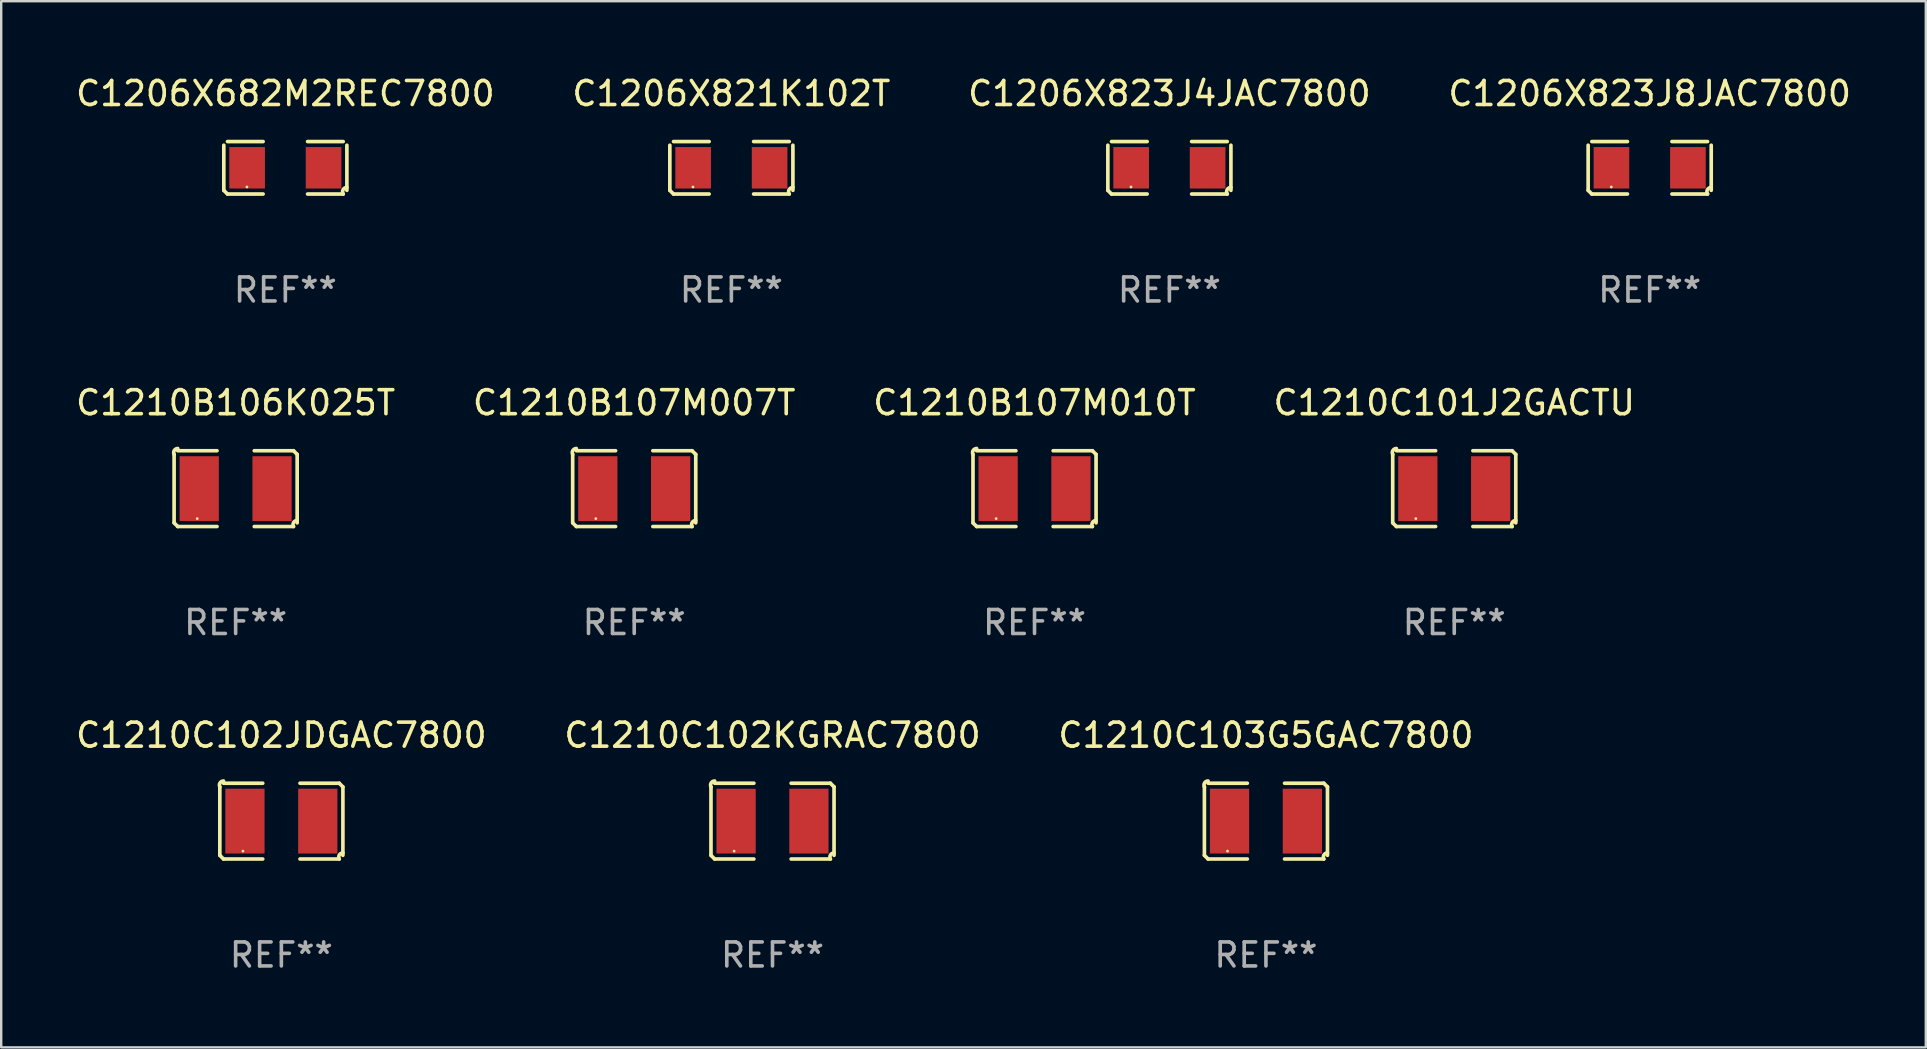
<source format=kicad_pcb>
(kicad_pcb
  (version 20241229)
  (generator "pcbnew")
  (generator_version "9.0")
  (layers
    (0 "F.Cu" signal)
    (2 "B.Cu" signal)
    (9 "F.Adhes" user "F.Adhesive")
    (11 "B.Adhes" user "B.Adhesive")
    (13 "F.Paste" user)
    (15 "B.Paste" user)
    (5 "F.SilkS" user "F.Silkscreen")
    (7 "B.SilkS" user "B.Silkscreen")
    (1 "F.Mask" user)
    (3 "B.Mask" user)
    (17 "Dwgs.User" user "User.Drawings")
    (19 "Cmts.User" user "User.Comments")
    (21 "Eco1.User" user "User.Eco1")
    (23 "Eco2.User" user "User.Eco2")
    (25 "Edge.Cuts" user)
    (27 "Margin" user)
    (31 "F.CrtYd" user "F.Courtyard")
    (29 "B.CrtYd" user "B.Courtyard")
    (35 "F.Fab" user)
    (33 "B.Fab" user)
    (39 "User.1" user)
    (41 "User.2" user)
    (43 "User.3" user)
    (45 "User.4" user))
  (footprint "C1210C102JDGAC7800"
    (layer "F.Cu")
    (at 8.673 31.162)
    (property "Reference" "C1210C102JDGAC7800" (at 0 -3.579 0) (layer "F.SilkS") (effects (font (size 1 1) (thickness 0.15))))
    (attr through_hole)
    (fp_line (start -2.564 1.426) (end -2.564 -1.426) (stroke (width 0.152) (type solid)) (layer "F.SilkS"))
    (fp_line (start -2.411 -1.579) (end -0.776 -1.579) (stroke (width 0.152) (type solid)) (layer "F.SilkS"))
    (fp_line (start -0.776 1.579) (end -2.411 1.579) (stroke (width 0.152) (type solid)) (layer "F.SilkS"))
    (fp_line (start 0.776 1.579) (end 2.411 1.579) (stroke (width 0.152) (type solid)) (layer "F.SilkS"))
    (fp_line (start 2.411 -1.579) (end 0.776 -1.579) (stroke (width 0.152) (type solid)) (layer "F.SilkS"))
    (fp_line (start 2.564 1.426) (end 2.564 -1.426) (stroke (width 0.152) (type solid)) (layer "F.SilkS"))
    (fp_arc (start -2.563602 -1.426213) (mid -2.555597 -1.591233) (end -2.411201 -1.671518) (stroke (width 0.1524) (type solid)) (layer "F.SilkS"))
    (fp_arc (start -2.5636 1.426214) (mid -2.487389 1.502402) (end -2.411201 1.578613) (stroke (width 0.1524) (type solid)) (layer "F.SilkS"))
    (fp_arc (start 2.411197 -1.578618) (mid 2.487403 -1.502419) (end 2.563602 -1.426213) (stroke (width 0.1524) (type solid)) (layer "F.SilkS"))
    (fp_arc (start 2.411201 1.578613) (mid 2.416214 1.409455) (end 2.563602 1.32629) (stroke (width 0.1524) (type solid)) (layer "F.SilkS"))
    (fp_circle (center -1.6 1.25) (end -1.57 1.25) (stroke (width 0.06) (type solid)) (fill no) (layer "F.SilkS"))
    (fp_text user "REF**" (at 0 5.579 0) (layer "F.Fab") (effects (font (size 1 1) (thickness 0.15))))
    (pad "1" smd rect (at -1.517 0) (size 1.635 2.7) (layers "F.Cu" "F.Mask" "F.Paste"))
    (pad "2" smd rect (at 1.517 0) (size 1.635 2.7) (layers "F.Cu" "F.Mask" "F.Paste")))
  (footprint "C1210B107M010T"
    (layer "F.Cu")
    (at 40.054 17.309)
    (property "Reference" "C1210B107M010T" (at 0 -3.579 0) (layer "F.SilkS") (effects (font (size 1 1) (thickness 0.15))))
    (attr through_hole)
    (fp_line (start -2.564 1.426) (end -2.564 -1.426) (stroke (width 0.152) (type solid)) (layer "F.SilkS"))
    (fp_line (start -2.411 -1.579) (end -0.776 -1.579) (stroke (width 0.152) (type solid)) (layer "F.SilkS"))
    (fp_line (start -0.776 1.579) (end -2.411 1.579) (stroke (width 0.152) (type solid)) (layer "F.SilkS"))
    (fp_line (start 0.776 1.579) (end 2.411 1.579) (stroke (width 0.152) (type solid)) (layer "F.SilkS"))
    (fp_line (start 2.411 -1.579) (end 0.776 -1.579) (stroke (width 0.152) (type solid)) (layer "F.SilkS"))
    (fp_line (start 2.564 1.426) (end 2.564 -1.426) (stroke (width 0.152) (type solid)) (layer "F.SilkS"))
    (fp_arc (start -2.563602 -1.426213) (mid -2.555597 -1.591233) (end -2.411201 -1.671518) (stroke (width 0.1524) (type solid)) (layer "F.SilkS"))
    (fp_arc (start -2.5636 1.426214) (mid -2.487389 1.502402) (end -2.411201 1.578613) (stroke (width 0.1524) (type solid)) (layer "F.SilkS"))
    (fp_arc (start 2.411197 -1.578618) (mid 2.487403 -1.502419) (end 2.563602 -1.426213) (stroke (width 0.1524) (type solid)) (layer "F.SilkS"))
    (fp_arc (start 2.411201 1.578613) (mid 2.416214 1.409455) (end 2.563602 1.32629) (stroke (width 0.1524) (type solid)) (layer "F.SilkS"))
    (fp_circle (center -1.6 1.25) (end -1.57 1.25) (stroke (width 0.06) (type solid)) (fill no) (layer "F.SilkS"))
    (fp_text user "REF**" (at 0 5.579 0) (layer "F.Fab") (effects (font (size 1 1) (thickness 0.15))))
    (pad "1" smd rect (at -1.517 0) (size 1.635 2.7) (layers "F.Cu" "F.Mask" "F.Paste"))
    (pad "2" smd rect (at 1.517 0) (size 1.635 2.7) (layers "F.Cu" "F.Mask" "F.Paste")))
  (footprint "C1206X823J4JAC7800"
    (layer "F.Cu")
    (at 45.673 3.941)
    (property "Reference" "C1206X823J4JAC7800" (at 0 -3.093 0) (layer "F.SilkS") (effects (font (size 1 1) (thickness 0.15))))
    (attr through_hole)
    (fp_line (start -2.564 0.94) (end -2.564 -0.94) (stroke (width 0.152) (type solid)) (layer "F.SilkS"))
    (fp_line (start -2.411 -1.093) (end -0.926 -1.093) (stroke (width 0.152) (type solid)) (layer "F.SilkS"))
    (fp_line (start -0.926 1.093) (end -2.411 1.093) (stroke (width 0.152) (type solid)) (layer "F.SilkS"))
    (fp_line (start 0.926 1.093) (end 2.411 1.093) (stroke (width 0.152) (type solid)) (layer "F.SilkS"))
    (fp_line (start 2.411 -1.093) (end 0.926 -1.093) (stroke (width 0.152) (type solid)) (layer "F.SilkS"))
    (fp_line (start 2.564 0.94) (end 2.564 -0.94) (stroke (width 0.152) (type solid)) (layer "F.SilkS"))
    (fp_arc (start -2.411201 1.092609) (mid -2.487413 1.01642) (end -2.563602 0.940208) (stroke (width 0.1524) (type solid)) (layer "F.SilkS"))
    (fp_arc (start 2.411201 1.092609) (mid 2.407159 0.911226) (end 2.563602 0.819347) (stroke (width 0.1524) (type solid)) (layer "F.SilkS"))
    (fp_circle (center -1.6 0.8) (end -1.57 0.8) (stroke (width 0.06) (type solid)) (fill no) (layer "F.SilkS"))
    (fp_text user "REF**" (at 0 5.093 0) (layer "F.Fab") (effects (font (size 1 1) (thickness 0.15))))
    (pad "1" smd rect (at -1.593 0) (size 1.485 1.728) (layers "F.Cu" "F.Mask" "F.Paste"))
    (pad "2" smd rect (at 1.593 0) (size 1.485 1.728) (layers "F.Cu" "F.Mask" "F.Paste")))
  (footprint "C1210B106K025T"
    (layer "F.Cu")
    (at 6.768 17.309)
    (property "Reference" "C1210B106K025T" (at 0 -3.579 0) (layer "F.SilkS") (effects (font (size 1 1) (thickness 0.15))))
    (attr through_hole)
    (fp_line (start -2.564 1.426) (end -2.564 -1.426) (stroke (width 0.152) (type solid)) (layer "F.SilkS"))
    (fp_line (start -2.411 -1.579) (end -0.776 -1.579) (stroke (width 0.152) (type solid)) (layer "F.SilkS"))
    (fp_line (start -0.776 1.579) (end -2.411 1.579) (stroke (width 0.152) (type solid)) (layer "F.SilkS"))
    (fp_line (start 0.776 1.579) (end 2.411 1.579) (stroke (width 0.152) (type solid)) (layer "F.SilkS"))
    (fp_line (start 2.411 -1.579) (end 0.776 -1.579) (stroke (width 0.152) (type solid)) (layer "F.SilkS"))
    (fp_line (start 2.564 1.426) (end 2.564 -1.426) (stroke (width 0.152) (type solid)) (layer "F.SilkS"))
    (fp_arc (start -2.563602 -1.426213) (mid -2.555597 -1.591233) (end -2.411201 -1.671518) (stroke (width 0.1524) (type solid)) (layer "F.SilkS"))
    (fp_arc (start -2.5636 1.426214) (mid -2.487389 1.502402) (end -2.411201 1.578613) (stroke (width 0.1524) (type solid)) (layer "F.SilkS"))
    (fp_arc (start 2.411197 -1.578618) (mid 2.487403 -1.502419) (end 2.563602 -1.426213) (stroke (width 0.1524) (type solid)) (layer "F.SilkS"))
    (fp_arc (start 2.411201 1.578613) (mid 2.416214 1.409455) (end 2.563602 1.32629) (stroke (width 0.1524) (type solid)) (layer "F.SilkS"))
    (fp_circle (center -1.6 1.25) (end -1.57 1.25) (stroke (width 0.06) (type solid)) (fill no) (layer "F.SilkS"))
    (fp_text user "REF**" (at 0 5.579 0) (layer "F.Fab") (effects (font (size 1 1) (thickness 0.15))))
    (pad "1" smd rect (at -1.517 0) (size 1.635 2.7) (layers "F.Cu" "F.Mask" "F.Paste"))
    (pad "2" smd rect (at 1.517 0) (size 1.635 2.7) (layers "F.Cu" "F.Mask" "F.Paste")))
  (footprint "C1210C103G5GAC7800"
    (layer "F.Cu")
    (at 49.696 31.162)
    (property "Reference" "C1210C103G5GAC7800" (at 0 -3.579 0) (layer "F.SilkS") (effects (font (size 1 1) (thickness 0.15))))
    (attr through_hole)
    (fp_line (start -2.564 1.426) (end -2.564 -1.426) (stroke (width 0.152) (type solid)) (layer "F.SilkS"))
    (fp_line (start -2.411 -1.579) (end -0.776 -1.579) (stroke (width 0.152) (type solid)) (layer "F.SilkS"))
    (fp_line (start -0.776 1.579) (end -2.411 1.579) (stroke (width 0.152) (type solid)) (layer "F.SilkS"))
    (fp_line (start 0.776 1.579) (end 2.411 1.579) (stroke (width 0.152) (type solid)) (layer "F.SilkS"))
    (fp_line (start 2.411 -1.579) (end 0.776 -1.579) (stroke (width 0.152) (type solid)) (layer "F.SilkS"))
    (fp_line (start 2.564 1.426) (end 2.564 -1.426) (stroke (width 0.152) (type solid)) (layer "F.SilkS"))
    (fp_arc (start -2.563602 -1.426213) (mid -2.555597 -1.591233) (end -2.411201 -1.671518) (stroke (width 0.1524) (type solid)) (layer "F.SilkS"))
    (fp_arc (start -2.5636 1.426214) (mid -2.487389 1.502402) (end -2.411201 1.578613) (stroke (width 0.1524) (type solid)) (layer "F.SilkS"))
    (fp_arc (start 2.411197 -1.578618) (mid 2.487403 -1.502419) (end 2.563602 -1.426213) (stroke (width 0.1524) (type solid)) (layer "F.SilkS"))
    (fp_arc (start 2.411201 1.578613) (mid 2.416214 1.409455) (end 2.563602 1.32629) (stroke (width 0.1524) (type solid)) (layer "F.SilkS"))
    (fp_circle (center -1.6 1.25) (end -1.57 1.25) (stroke (width 0.06) (type solid)) (fill no) (layer "F.SilkS"))
    (fp_text user "REF**" (at 0 5.579 0) (layer "F.Fab") (effects (font (size 1 1) (thickness 0.15))))
    (pad "1" smd rect (at -1.517 0) (size 1.635 2.7) (layers "F.Cu" "F.Mask" "F.Paste"))
    (pad "2" smd rect (at 1.517 0) (size 1.635 2.7) (layers "F.Cu" "F.Mask" "F.Paste")))
  (footprint "C1206X821K102T"
    (layer "F.Cu")
    (at 27.423 3.941)
    (property "Reference" "C1206X821K102T" (at 0 -3.093 0) (layer "F.SilkS") (effects (font (size 1 1) (thickness 0.15))))
    (attr through_hole)
    (fp_line (start -2.564 0.94) (end -2.564 -0.94) (stroke (width 0.152) (type solid)) (layer "F.SilkS"))
    (fp_line (start -2.411 -1.093) (end -0.926 -1.093) (stroke (width 0.152) (type solid)) (layer "F.SilkS"))
    (fp_line (start -0.926 1.093) (end -2.411 1.093) (stroke (width 0.152) (type solid)) (layer "F.SilkS"))
    (fp_line (start 0.926 1.093) (end 2.411 1.093) (stroke (width 0.152) (type solid)) (layer "F.SilkS"))
    (fp_line (start 2.411 -1.093) (end 0.926 -1.093) (stroke (width 0.152) (type solid)) (layer "F.SilkS"))
    (fp_line (start 2.564 0.94) (end 2.564 -0.94) (stroke (width 0.152) (type solid)) (layer "F.SilkS"))
    (fp_arc (start -2.411201 1.092609) (mid -2.487413 1.01642) (end -2.563602 0.940208) (stroke (width 0.1524) (type solid)) (layer "F.SilkS"))
    (fp_arc (start 2.411201 1.092609) (mid 2.407159 0.911226) (end 2.563602 0.819347) (stroke (width 0.1524) (type solid)) (layer "F.SilkS"))
    (fp_circle (center -1.6 0.8) (end -1.57 0.8) (stroke (width 0.06) (type solid)) (fill no) (layer "F.SilkS"))
    (fp_text user "REF**" (at 0 5.093 0) (layer "F.Fab") (effects (font (size 1 1) (thickness 0.15))))
    (pad "1" smd rect (at -1.593 0) (size 1.485 1.728) (layers "F.Cu" "F.Mask" "F.Paste"))
    (pad "2" smd rect (at 1.593 0) (size 1.485 1.728) (layers "F.Cu" "F.Mask" "F.Paste")))
  (footprint "C1210C102KGRAC7800"
    (layer "F.Cu")
    (at 29.137 31.162)
    (property "Reference" "C1210C102KGRAC7800" (at 0 -3.579 0) (layer "F.SilkS") (effects (font (size 1 1) (thickness 0.15))))
    (attr through_hole)
    (fp_line (start -2.564 1.426) (end -2.564 -1.426) (stroke (width 0.152) (type solid)) (layer "F.SilkS"))
    (fp_line (start -2.411 -1.579) (end -0.776 -1.579) (stroke (width 0.152) (type solid)) (layer "F.SilkS"))
    (fp_line (start -0.776 1.579) (end -2.411 1.579) (stroke (width 0.152) (type solid)) (layer "F.SilkS"))
    (fp_line (start 0.776 1.579) (end 2.411 1.579) (stroke (width 0.152) (type solid)) (layer "F.SilkS"))
    (fp_line (start 2.411 -1.579) (end 0.776 -1.579) (stroke (width 0.152) (type solid)) (layer "F.SilkS"))
    (fp_line (start 2.564 1.426) (end 2.564 -1.426) (stroke (width 0.152) (type solid)) (layer "F.SilkS"))
    (fp_arc (start -2.563602 -1.426213) (mid -2.555597 -1.591233) (end -2.411201 -1.671518) (stroke (width 0.1524) (type solid)) (layer "F.SilkS"))
    (fp_arc (start -2.5636 1.426214) (mid -2.487389 1.502402) (end -2.411201 1.578613) (stroke (width 0.1524) (type solid)) (layer "F.SilkS"))
    (fp_arc (start 2.411197 -1.578618) (mid 2.487403 -1.502419) (end 2.563602 -1.426213) (stroke (width 0.1524) (type solid)) (layer "F.SilkS"))
    (fp_arc (start 2.411201 1.578613) (mid 2.416214 1.409455) (end 2.563602 1.32629) (stroke (width 0.1524) (type solid)) (layer "F.SilkS"))
    (fp_circle (center -1.6 1.25) (end -1.57 1.25) (stroke (width 0.06) (type solid)) (fill no) (layer "F.SilkS"))
    (fp_text user "REF**" (at 0 5.579 0) (layer "F.Fab") (effects (font (size 1 1) (thickness 0.15))))
    (pad "1" smd rect (at -1.517 0) (size 1.635 2.7) (layers "F.Cu" "F.Mask" "F.Paste"))
    (pad "2" smd rect (at 1.517 0) (size 1.635 2.7) (layers "F.Cu" "F.Mask" "F.Paste")))
  (footprint "C1206X682M2REC7800"
    (layer "F.Cu")
    (at 8.839 3.941)
    (property "Reference" "C1206X682M2REC7800" (at 0 -3.093 0) (layer "F.SilkS") (effects (font (size 1 1) (thickness 0.15))))
    (attr through_hole)
    (fp_line (start -2.564 0.94) (end -2.564 -0.94) (stroke (width 0.152) (type solid)) (layer "F.SilkS"))
    (fp_line (start -2.411 -1.093) (end -0.926 -1.093) (stroke (width 0.152) (type solid)) (layer "F.SilkS"))
    (fp_line (start -0.926 1.093) (end -2.411 1.093) (stroke (width 0.152) (type solid)) (layer "F.SilkS"))
    (fp_line (start 0.926 1.093) (end 2.411 1.093) (stroke (width 0.152) (type solid)) (layer "F.SilkS"))
    (fp_line (start 2.411 -1.093) (end 0.926 -1.093) (stroke (width 0.152) (type solid)) (layer "F.SilkS"))
    (fp_line (start 2.564 0.94) (end 2.564 -0.94) (stroke (width 0.152) (type solid)) (layer "F.SilkS"))
    (fp_arc (start -2.411201 1.092609) (mid -2.487413 1.01642) (end -2.563602 0.940208) (stroke (width 0.1524) (type solid)) (layer "F.SilkS"))
    (fp_arc (start 2.411201 1.092609) (mid 2.407159 0.911226) (end 2.563602 0.819347) (stroke (width 0.1524) (type solid)) (layer "F.SilkS"))
    (fp_circle (center -1.6 0.8) (end -1.57 0.8) (stroke (width 0.06) (type solid)) (fill no) (layer "F.SilkS"))
    (fp_text user "REF**" (at 0 5.093 0) (layer "F.Fab") (effects (font (size 1 1) (thickness 0.15))))
    (pad "1" smd rect (at -1.593 0) (size 1.485 1.728) (layers "F.Cu" "F.Mask" "F.Paste"))
    (pad "2" smd rect (at 1.593 0) (size 1.485 1.728) (layers "F.Cu" "F.Mask" "F.Paste")))
  (footprint "C1210B107M007T"
    (layer "F.Cu")
    (at 23.375 17.309)
    (property "Reference" "C1210B107M007T" (at 0 -3.579 0) (layer "F.SilkS") (effects (font (size 1 1) (thickness 0.15))))
    (attr through_hole)
    (fp_line (start -2.564 1.426) (end -2.564 -1.426) (stroke (width 0.152) (type solid)) (layer "F.SilkS"))
    (fp_line (start -2.411 -1.579) (end -0.776 -1.579) (stroke (width 0.152) (type solid)) (layer "F.SilkS"))
    (fp_line (start -0.776 1.579) (end -2.411 1.579) (stroke (width 0.152) (type solid)) (layer "F.SilkS"))
    (fp_line (start 0.776 1.579) (end 2.411 1.579) (stroke (width 0.152) (type solid)) (layer "F.SilkS"))
    (fp_line (start 2.411 -1.579) (end 0.776 -1.579) (stroke (width 0.152) (type solid)) (layer "F.SilkS"))
    (fp_line (start 2.564 1.426) (end 2.564 -1.426) (stroke (width 0.152) (type solid)) (layer "F.SilkS"))
    (fp_arc (start -2.563602 -1.426213) (mid -2.555597 -1.591233) (end -2.411201 -1.671518) (stroke (width 0.1524) (type solid)) (layer "F.SilkS"))
    (fp_arc (start -2.5636 1.426214) (mid -2.487389 1.502402) (end -2.411201 1.578613) (stroke (width 0.1524) (type solid)) (layer "F.SilkS"))
    (fp_arc (start 2.411197 -1.578618) (mid 2.487403 -1.502419) (end 2.563602 -1.426213) (stroke (width 0.1524) (type solid)) (layer "F.SilkS"))
    (fp_arc (start 2.411201 1.578613) (mid 2.416214 1.409455) (end 2.563602 1.32629) (stroke (width 0.1524) (type solid)) (layer "F.SilkS"))
    (fp_circle (center -1.6 1.25) (end -1.57 1.25) (stroke (width 0.06) (type solid)) (fill no) (layer "F.SilkS"))
    (fp_text user "REF**" (at 0 5.579 0) (layer "F.Fab") (effects (font (size 1 1) (thickness 0.15))))
    (pad "1" smd rect (at -1.517 0) (size 1.635 2.7) (layers "F.Cu" "F.Mask" "F.Paste"))
    (pad "2" smd rect (at 1.517 0) (size 1.635 2.7) (layers "F.Cu" "F.Mask" "F.Paste")))
  (footprint "C1206X823J8JAC7800"
    (layer "F.Cu")
    (at 65.685 3.941)
    (property "Reference" "C1206X823J8JAC7800" (at 0 -3.093 0) (layer "F.SilkS") (effects (font (size 1 1) (thickness 0.15))))
    (attr through_hole)
    (fp_line (start -2.564 0.94) (end -2.564 -0.94) (stroke (width 0.152) (type solid)) (layer "F.SilkS"))
    (fp_line (start -2.411 -1.093) (end -0.926 -1.093) (stroke (width 0.152) (type solid)) (layer "F.SilkS"))
    (fp_line (start -0.926 1.093) (end -2.411 1.093) (stroke (width 0.152) (type solid)) (layer "F.SilkS"))
    (fp_line (start 0.926 1.093) (end 2.411 1.093) (stroke (width 0.152) (type solid)) (layer "F.SilkS"))
    (fp_line (start 2.411 -1.093) (end 0.926 -1.093) (stroke (width 0.152) (type solid)) (layer "F.SilkS"))
    (fp_line (start 2.564 0.94) (end 2.564 -0.94) (stroke (width 0.152) (type solid)) (layer "F.SilkS"))
    (fp_arc (start -2.411201 1.092609) (mid -2.487413 1.01642) (end -2.563602 0.940208) (stroke (width 0.1524) (type solid)) (layer "F.SilkS"))
    (fp_arc (start 2.411201 1.092609) (mid 2.407159 0.911226) (end 2.563602 0.819347) (stroke (width 0.1524) (type solid)) (layer "F.SilkS"))
    (fp_circle (center -1.6 0.8) (end -1.57 0.8) (stroke (width 0.06) (type solid)) (fill no) (layer "F.SilkS"))
    (fp_text user "REF**" (at 0 5.093 0) (layer "F.Fab") (effects (font (size 1 1) (thickness 0.15))))
    (pad "1" smd rect (at -1.593 0) (size 1.485 1.728) (layers "F.Cu" "F.Mask" "F.Paste"))
    (pad "2" smd rect (at 1.593 0) (size 1.485 1.728) (layers "F.Cu" "F.Mask" "F.Paste")))
  (footprint "C1210C101J2GACTU"
    (layer "F.Cu")
    (at 57.542 17.309)
    (property "Reference" "C1210C101J2GACTU" (at 0 -3.579 0) (layer "F.SilkS") (effects (font (size 1 1) (thickness 0.15))))
    (attr through_hole)
    (fp_line (start -2.564 1.426) (end -2.564 -1.426) (stroke (width 0.152) (type solid)) (layer "F.SilkS"))
    (fp_line (start -2.411 -1.579) (end -0.776 -1.579) (stroke (width 0.152) (type solid)) (layer "F.SilkS"))
    (fp_line (start -0.776 1.579) (end -2.411 1.579) (stroke (width 0.152) (type solid)) (layer "F.SilkS"))
    (fp_line (start 0.776 1.579) (end 2.411 1.579) (stroke (width 0.152) (type solid)) (layer "F.SilkS"))
    (fp_line (start 2.411 -1.579) (end 0.776 -1.579) (stroke (width 0.152) (type solid)) (layer "F.SilkS"))
    (fp_line (start 2.564 1.426) (end 2.564 -1.426) (stroke (width 0.152) (type solid)) (layer "F.SilkS"))
    (fp_arc (start -2.563602 -1.426213) (mid -2.555597 -1.591233) (end -2.411201 -1.671518) (stroke (width 0.1524) (type solid)) (layer "F.SilkS"))
    (fp_arc (start -2.5636 1.426214) (mid -2.487389 1.502402) (end -2.411201 1.578613) (stroke (width 0.1524) (type solid)) (layer "F.SilkS"))
    (fp_arc (start 2.411197 -1.578618) (mid 2.487403 -1.502419) (end 2.563602 -1.426213) (stroke (width 0.1524) (type solid)) (layer "F.SilkS"))
    (fp_arc (start 2.411201 1.578613) (mid 2.416214 1.409455) (end 2.563602 1.32629) (stroke (width 0.1524) (type solid)) (layer "F.SilkS"))
    (fp_circle (center -1.6 1.25) (end -1.57 1.25) (stroke (width 0.06) (type solid)) (fill no) (layer "F.SilkS"))
    (fp_text user "REF**" (at 0 5.579 0) (layer "F.Fab") (effects (font (size 1 1) (thickness 0.15))))
    (pad "1" smd rect (at -1.517 0) (size 1.635 2.7) (layers "F.Cu" "F.Mask" "F.Paste"))
    (pad "2" smd rect (at 1.517 0) (size 1.635 2.7) (layers "F.Cu" "F.Mask" "F.Paste")))
  (gr_rect
    (start -3 -3)
    (end 77.19 40.589)
    (stroke (width 0.1) (type default))
    (fill no)
    (layer "Edge.Cuts")))
</source>
